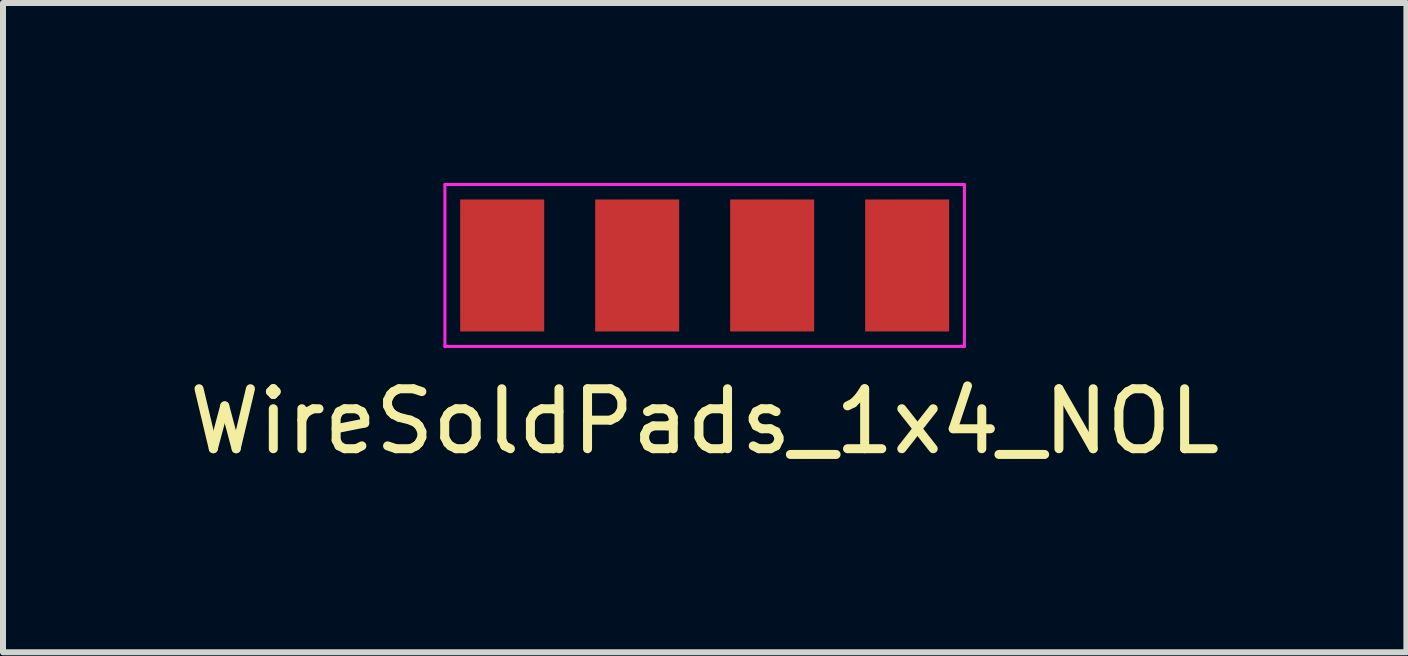
<source format=kicad_pcb>
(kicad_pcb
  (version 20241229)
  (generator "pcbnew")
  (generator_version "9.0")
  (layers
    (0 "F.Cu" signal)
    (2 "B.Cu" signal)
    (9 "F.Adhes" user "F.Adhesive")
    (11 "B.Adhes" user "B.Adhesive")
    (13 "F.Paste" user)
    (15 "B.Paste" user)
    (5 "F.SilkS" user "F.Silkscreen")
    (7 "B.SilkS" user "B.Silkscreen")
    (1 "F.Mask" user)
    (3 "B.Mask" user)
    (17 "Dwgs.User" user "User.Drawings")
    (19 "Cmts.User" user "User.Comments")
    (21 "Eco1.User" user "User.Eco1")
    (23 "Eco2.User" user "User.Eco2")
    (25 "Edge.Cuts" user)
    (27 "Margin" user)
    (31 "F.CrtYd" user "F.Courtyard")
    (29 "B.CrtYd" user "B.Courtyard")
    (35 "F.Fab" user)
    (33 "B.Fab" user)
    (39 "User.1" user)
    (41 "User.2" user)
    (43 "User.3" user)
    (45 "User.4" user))
  (footprint "WireSoldPads_1x4_NOL"
    (layer "F.Cu")
    (at 8.696 1.375)
    (property "Reference" "WireSoldPads_1x4_NOL" (at 0 2.6 0) (layer "F.SilkS") (effects (font (size 1 1) (thickness 0.15))))
    (attr smd)
    (fp_line (start -4.33 -1.35) (end 4.33 -1.35) (stroke (width 0.05) (type solid)) (layer "F.CrtYd"))
    (fp_line (start -4.33 1.35) (end -4.33 -1.35) (stroke (width 0.05) (type solid)) (layer "F.CrtYd"))
    (fp_line (start 4.33 -1.35) (end 4.33 1.35) (stroke (width 0.05) (type solid)) (layer "F.CrtYd"))
    (fp_line (start 4.33 1.35) (end -4.33 1.35) (stroke (width 0.05) (type solid)) (layer "F.CrtYd"))
    (pad "1" smd rect (at -3.375 0) (size 1.4 2.2) (layers "F.Cu" "F.Mask" "F.Paste"))
    (pad "2" smd rect (at -1.125 0) (size 1.4 2.2) (layers "F.Cu" "F.Mask" "F.Paste"))
    (pad "3" smd rect (at 1.125 0) (size 1.4 2.2) (layers "F.Cu" "F.Mask" "F.Paste"))
    (pad "4" smd rect (at 3.375 0) (size 1.4 2.2) (layers "F.Cu" "F.Mask" "F.Paste")))
  (gr_rect
    (start -3 -3)
    (end 20.393 7.823)
    (stroke (width 0.1) (type default))
    (fill no)
    (layer "Edge.Cuts")))
</source>
